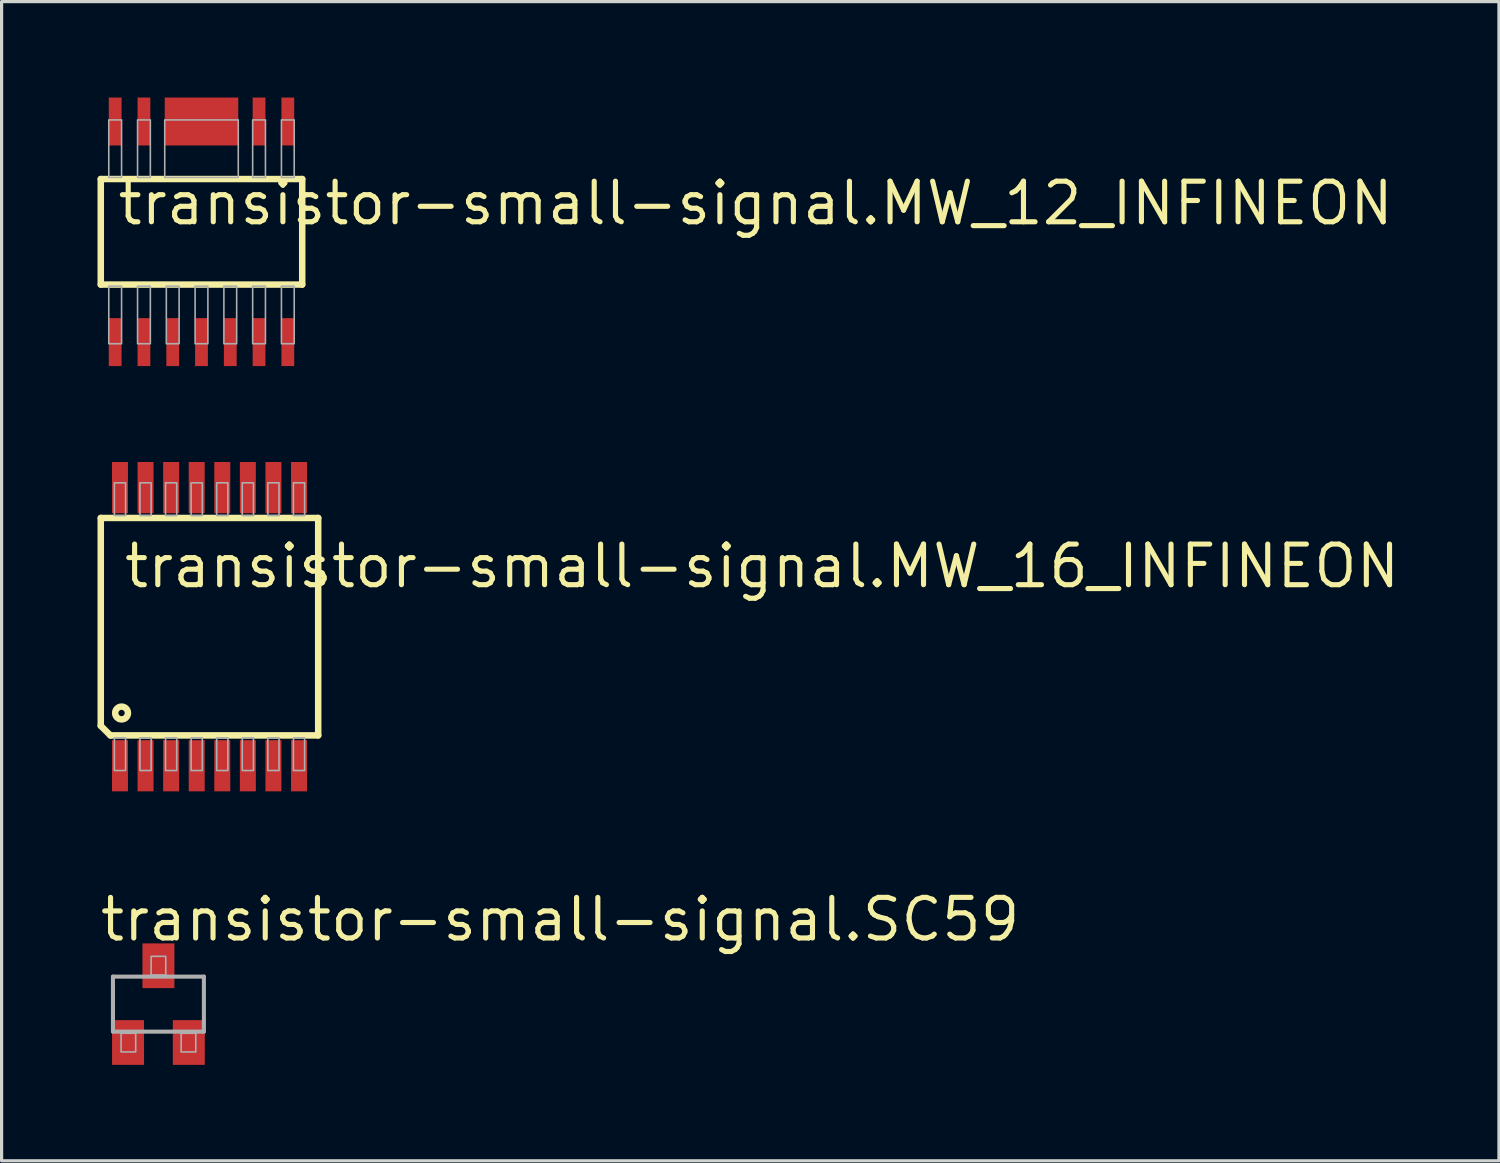
<source format=kicad_pcb>
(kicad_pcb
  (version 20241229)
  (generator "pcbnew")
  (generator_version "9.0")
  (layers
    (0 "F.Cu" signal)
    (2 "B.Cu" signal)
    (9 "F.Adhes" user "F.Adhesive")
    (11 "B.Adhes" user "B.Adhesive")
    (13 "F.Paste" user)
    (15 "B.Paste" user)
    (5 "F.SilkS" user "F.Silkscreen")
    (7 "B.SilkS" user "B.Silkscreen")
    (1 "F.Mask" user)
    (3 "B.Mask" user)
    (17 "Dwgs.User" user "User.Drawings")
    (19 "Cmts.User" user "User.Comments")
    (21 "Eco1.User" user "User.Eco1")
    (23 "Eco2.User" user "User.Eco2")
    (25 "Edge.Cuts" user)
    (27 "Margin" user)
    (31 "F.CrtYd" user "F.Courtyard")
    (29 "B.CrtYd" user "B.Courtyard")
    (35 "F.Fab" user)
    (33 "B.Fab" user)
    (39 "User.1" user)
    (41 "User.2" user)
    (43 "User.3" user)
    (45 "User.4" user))
  (footprint "transistor-small-signal.SC59"
    (layer "F.Cu")
    (at 1.905 28.355)
    (property "Reference" "transistor-small-signal.SC59" (at -1.905 -1.905 0) (layer "F.SilkS") (effects (font (size 1.27 1.27) (thickness 0.16)) (justify left bottom)))
    (attr smd)
    (fp_line (start -1.422 -0.86) (end 1.422 -0.86) (stroke (width 0.127) (type default)) (layer "F.Fab"))
    (fp_line (start -1.422 0.86) (end -1.422 -0.86) (stroke (width 0.127) (type default)) (layer "F.Fab"))
    (fp_line (start 1.422 -0.86) (end 1.422 0.86) (stroke (width 0.127) (type default)) (layer "F.Fab"))
    (fp_line (start 1.422 0.86) (end -1.422 0.86) (stroke (width 0.127) (type default)) (layer "F.Fab"))
    (fp_rect (start -1.168 1.495) (end -0.711 0.911) (stroke (width 0.05) (type default)) (fill no) (layer "F.Fab"))
    (fp_rect (start -0.229 -0.911) (end 0.229 -1.495) (stroke (width 0.05) (type default)) (fill no) (layer "F.Fab"))
    (fp_rect (start 0.711 1.495) (end 1.168 0.911) (stroke (width 0.05) (type default)) (fill no) (layer "F.Fab"))
    (pad "B" smd roundrect (at -0.95 1.2) (size 1 1.4) (layers "F.Cu" "F.Mask" "F.Paste") (roundrect_rratio 0.01))
    (pad "C" smd roundrect (at 0 -1.2) (size 1 1.4) (layers "F.Cu" "F.Mask" "F.Paste") (roundrect_rratio 0.01))
    (pad "E" smd roundrect (at 0.95 1.2) (size 1 1.4) (layers "F.Cu" "F.Mask" "F.Paste") (roundrect_rratio 0.01)))
  (footprint "transistor-small-signal.MW_16_INFINEON"
    (layer "F.Cu")
    (at 3.502 16.55)
    (property "Reference" "transistor-small-signal.MW_16_INFINEON" (at -2.75 -1.15 0) (layer "F.SilkS") (effects (font (size 1.27 1.27) (thickness 0.16)) (justify left bottom)))
    (attr smd)
    (fp_line (start -3.4 -3.4) (end -3.4 3.1) (stroke (width 0.203) (type default)) (layer "F.SilkS"))
    (fp_line (start -3.1 3.4) (end -3.4 3.1) (stroke (width 0.203) (type default)) (layer "F.SilkS"))
    (fp_line (start -3.1 3.4) (end 3.4 3.4) (stroke (width 0.203) (type default)) (layer "F.SilkS"))
    (fp_line (start 3.4 -3.4) (end -3.4 -3.4) (stroke (width 0.203) (type default)) (layer "F.SilkS"))
    (fp_line (start 3.4 3.4) (end 3.4 -3.4) (stroke (width 0.203) (type default)) (layer "F.SilkS"))
    (fp_circle (center -2.75 2.7) (end -2.55 2.7) (stroke (width 0.203) (type default)) (fill no) (layer "F.SilkS"))
    (fp_rect (start -2.975 -3.475) (end -2.625 -4.5) (stroke (width 0.05) (type default)) (fill no) (layer "F.Fab"))
    (fp_rect (start -2.975 4.5) (end -2.625 3.475) (stroke (width 0.05) (type default)) (fill no) (layer "F.Fab"))
    (fp_rect (start -2.175 -3.475) (end -1.825 -4.5) (stroke (width 0.05) (type default)) (fill no) (layer "F.Fab"))
    (fp_rect (start -2.175 4.5) (end -1.825 3.475) (stroke (width 0.05) (type default)) (fill no) (layer "F.Fab"))
    (fp_rect (start -1.375 -3.475) (end -1.025 -4.5) (stroke (width 0.05) (type default)) (fill no) (layer "F.Fab"))
    (fp_rect (start -1.375 4.5) (end -1.025 3.475) (stroke (width 0.05) (type default)) (fill no) (layer "F.Fab"))
    (fp_rect (start -0.575 -3.475) (end -0.225 -4.5) (stroke (width 0.05) (type default)) (fill no) (layer "F.Fab"))
    (fp_rect (start -0.575 4.5) (end -0.225 3.475) (stroke (width 0.05) (type default)) (fill no) (layer "F.Fab"))
    (fp_rect (start 0.225 -3.475) (end 0.575 -4.5) (stroke (width 0.05) (type default)) (fill no) (layer "F.Fab"))
    (fp_rect (start 0.225 4.5) (end 0.575 3.475) (stroke (width 0.05) (type default)) (fill no) (layer "F.Fab"))
    (fp_rect (start 1.025 -3.475) (end 1.375 -4.5) (stroke (width 0.05) (type default)) (fill no) (layer "F.Fab"))
    (fp_rect (start 1.025 4.5) (end 1.375 3.475) (stroke (width 0.05) (type default)) (fill no) (layer "F.Fab"))
    (fp_rect (start 1.825 -3.475) (end 2.175 -4.5) (stroke (width 0.05) (type default)) (fill no) (layer "F.Fab"))
    (fp_rect (start 1.825 4.5) (end 2.175 3.475) (stroke (width 0.05) (type default)) (fill no) (layer "F.Fab"))
    (fp_rect (start 2.625 -3.475) (end 2.975 -4.5) (stroke (width 0.05) (type default)) (fill no) (layer "F.Fab"))
    (fp_rect (start 2.625 4.5) (end 2.975 3.475) (stroke (width 0.05) (type default)) (fill no) (layer "F.Fab"))
    (pad "1" smd roundrect (at -2.8 4.35) (size 0.5 1.6) (layers "F.Cu" "F.Mask" "F.Paste") (roundrect_rratio 0.01))
    (pad "2" smd roundrect (at -2 4.35) (size 0.5 1.6) (layers "F.Cu" "F.Mask" "F.Paste") (roundrect_rratio 0.01))
    (pad "3" smd roundrect (at -1.2 4.35) (size 0.5 1.6) (layers "F.Cu" "F.Mask" "F.Paste") (roundrect_rratio 0.01))
    (pad "4" smd roundrect (at -0.4 4.35) (size 0.5 1.6) (layers "F.Cu" "F.Mask" "F.Paste") (roundrect_rratio 0.01))
    (pad "5" smd roundrect (at 0.4 4.35) (size 0.5 1.6) (layers "F.Cu" "F.Mask" "F.Paste") (roundrect_rratio 0.01))
    (pad "6" smd roundrect (at 1.2 4.35) (size 0.5 1.6) (layers "F.Cu" "F.Mask" "F.Paste") (roundrect_rratio 0.01))
    (pad "7" smd roundrect (at 2 4.35) (size 0.5 1.6) (layers "F.Cu" "F.Mask" "F.Paste") (roundrect_rratio 0.01))
    (pad "8" smd roundrect (at 2.8 4.35) (size 0.5 1.6) (layers "F.Cu" "F.Mask" "F.Paste") (roundrect_rratio 0.01))
    (pad "9" smd roundrect (at 2.8 -4.35) (size 0.5 1.6) (layers "F.Cu" "F.Mask" "F.Paste") (roundrect_rratio 0.01))
    (pad "10" smd roundrect (at 2 -4.35) (size 0.5 1.6) (layers "F.Cu" "F.Mask" "F.Paste") (roundrect_rratio 0.01))
    (pad "11" smd roundrect (at 1.2 -4.35) (size 0.5 1.6) (layers "F.Cu" "F.Mask" "F.Paste") (roundrect_rratio 0.01))
    (pad "12" smd roundrect (at 0.4 -4.35) (size 0.5 1.6) (layers "F.Cu" "F.Mask" "F.Paste") (roundrect_rratio 0.01))
    (pad "13" smd roundrect (at -0.4 -4.35) (size 0.5 1.6) (layers "F.Cu" "F.Mask" "F.Paste") (roundrect_rratio 0.01))
    (pad "14" smd roundrect (at -1.2 -4.35) (size 0.5 1.6) (layers "F.Cu" "F.Mask" "F.Paste") (roundrect_rratio 0.01))
    (pad "15" smd roundrect (at -2 -4.35) (size 0.5 1.6) (layers "F.Cu" "F.Mask" "F.Paste") (roundrect_rratio 0.01))
    (pad "16" smd roundrect (at -2.8 -4.35) (size 0.5 1.6) (layers "F.Cu" "F.Mask" "F.Paste") (roundrect_rratio 0.01)))
  (footprint "transistor-small-signal.MW_12_INFINEON"
    (layer "F.Cu")
    (at 3.252 4.2)
    (property "Reference" "transistor-small-signal.MW_12_INFINEON" (at -2.7 -0.15 0) (layer "F.SilkS") (effects (font (size 1.27 1.27) (thickness 0.16)) (justify left bottom)))
    (attr smd)
    (fp_line (start -3.15 -1.65) (end -3.15 1.65) (stroke (width 0.203) (type default)) (layer "F.SilkS"))
    (fp_line (start -3.15 1.65) (end 3.15 1.65) (stroke (width 0.203) (type default)) (layer "F.SilkS"))
    (fp_line (start 3.15 -1.65) (end -3.15 -1.65) (stroke (width 0.203) (type default)) (layer "F.SilkS"))
    (fp_line (start 3.15 1.65) (end 3.15 -1.65) (stroke (width 0.203) (type default)) (layer "F.SilkS"))
    (fp_rect (start -2.9 -1.7) (end -2.5 -3.5) (stroke (width 0.05) (type default)) (fill no) (layer "F.Fab"))
    (fp_rect (start -2.9 3.5) (end -2.5 1.7) (stroke (width 0.05) (type default)) (fill no) (layer "F.Fab"))
    (fp_rect (start -2 -1.7) (end -1.6 -3.5) (stroke (width 0.05) (type default)) (fill no) (layer "F.Fab"))
    (fp_rect (start -2 3.5) (end -1.6 1.7) (stroke (width 0.05) (type default)) (fill no) (layer "F.Fab"))
    (fp_rect (start -1.15 -1.7) (end 1.15 -3.5) (stroke (width 0.05) (type default)) (fill no) (layer "F.Fab"))
    (fp_rect (start -1.1 3.5) (end -0.7 1.7) (stroke (width 0.05) (type default)) (fill no) (layer "F.Fab"))
    (fp_rect (start -0.2 3.5) (end 0.2 1.7) (stroke (width 0.05) (type default)) (fill no) (layer "F.Fab"))
    (fp_rect (start 0.7 3.5) (end 1.1 1.7) (stroke (width 0.05) (type default)) (fill no) (layer "F.Fab"))
    (fp_rect (start 1.6 -1.7) (end 2 -3.5) (stroke (width 0.05) (type default)) (fill no) (layer "F.Fab"))
    (fp_rect (start 1.6 3.5) (end 2 1.7) (stroke (width 0.05) (type default)) (fill no) (layer "F.Fab"))
    (fp_rect (start 2.5 -1.7) (end 2.9 -3.5) (stroke (width 0.05) (type default)) (fill no) (layer "F.Fab"))
    (fp_rect (start 2.5 3.5) (end 2.9 1.7) (stroke (width 0.05) (type default)) (fill no) (layer "F.Fab"))
    (pad "1" smd roundrect (at -2.7 3.45) (size 0.4 1.5) (layers "F.Cu" "F.Mask" "F.Paste") (roundrect_rratio 0.01))
    (pad "2" smd roundrect (at -1.8 3.45) (size 0.4 1.5) (layers "F.Cu" "F.Mask" "F.Paste") (roundrect_rratio 0.01))
    (pad "3" smd roundrect (at -0.9 3.45) (size 0.4 1.5) (layers "F.Cu" "F.Mask" "F.Paste") (roundrect_rratio 0.01))
    (pad "4" smd roundrect (at 0 3.45) (size 0.4 1.5) (layers "F.Cu" "F.Mask" "F.Paste") (roundrect_rratio 0.01))
    (pad "5" smd roundrect (at 0.9 3.45) (size 0.4 1.5) (layers "F.Cu" "F.Mask" "F.Paste") (roundrect_rratio 0.01))
    (pad "6" smd roundrect (at 1.8 3.45) (size 0.4 1.5) (layers "F.Cu" "F.Mask" "F.Paste") (roundrect_rratio 0.01))
    (pad "7" smd roundrect (at 2.7 3.45) (size 0.4 1.5) (layers "F.Cu" "F.Mask" "F.Paste") (roundrect_rratio 0.01))
    (pad "8" smd roundrect (at 2.7 -3.45) (size 0.4 1.5) (layers "F.Cu" "F.Mask" "F.Paste") (roundrect_rratio 0.01))
    (pad "9" smd roundrect (at 1.8 -3.45) (size 0.4 1.5) (layers "F.Cu" "F.Mask" "F.Paste") (roundrect_rratio 0.01))
    (pad "10" smd roundrect (at 0 -3.45) (size 2.3 1.5) (layers "F.Cu" "F.Mask" "F.Paste") (roundrect_rratio 0.01))
    (pad "11" smd roundrect (at -1.8 -3.45) (size 0.4 1.5) (layers "F.Cu" "F.Mask" "F.Paste") (roundrect_rratio 0.01))
    (pad "12" smd roundrect (at -2.7 -3.45) (size 0.4 1.5) (layers "F.Cu" "F.Mask" "F.Paste") (roundrect_rratio 0.01)))
  (gr_rect
    (start -3 -3)
    (end 43.831 33.255)
    (stroke (width 0.1) (type default))
    (fill no)
    (layer "Edge.Cuts")))
</source>
